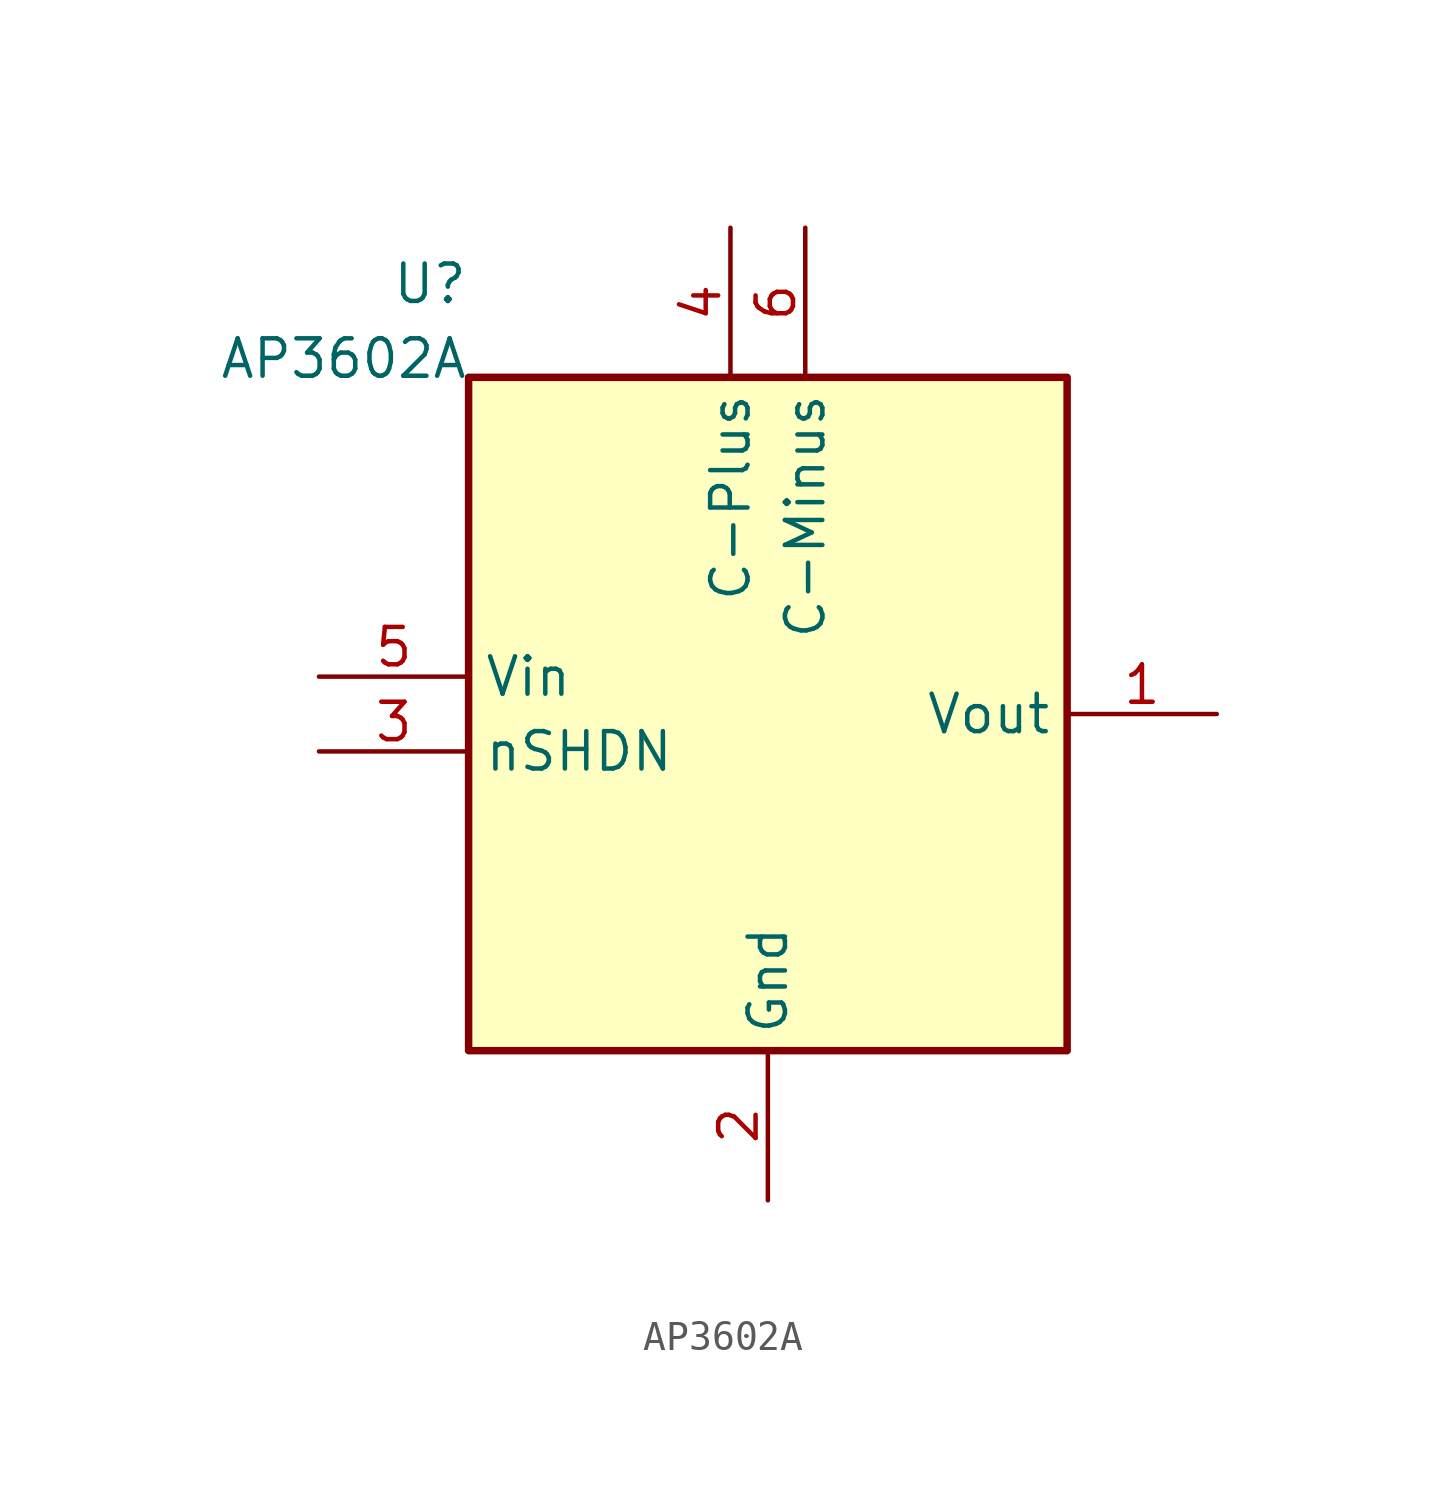
<source format=kicad_sym>
(kicad_symbol_lib
  (version 20241209)
  (generator "kicad_symbol_editor")
  (generator_version "8.0")
  (symbol "AP3602A"
    (property "Reference" "U"
      (at -10.16 14.605 0)
      (effects (font (size 1.27 1.27)) (justify right) (hide no)))
    (property "Value" "AP3602A"
      (at -10.16 12.065 0)
      (effects (font (size 1.27 1.27)) (justify right) (hide no)))
    (symbol "AP3602A_1_1"
      (rectangle (start -10.16 -11.43) (end 10.16 11.43) (stroke (width 0.254) (type solid)) (fill (type background)))
      (pin power_in line (at -15.24 1.27 0) (length 5.08) (name "Vin" (effects (font (size 1.27 1.27)))) (number "5" (effects (font (size 1.27 1.27)))))
      (pin input line (at -15.24 -1.27 0) (length 5.08) (name "nSHDN" (effects (font (size 1.27 1.27)))) (number "3" (effects (font (size 1.27 1.27)))))
      (pin power_out line (at 15.24 0.0 180) (length 5.08) (name "Vout" (effects (font (size 1.27 1.27)))) (number "1" (effects (font (size 1.27 1.27)))))
      (pin passive line (at -1.27 16.51 270) (length 5.08) (name "C-Plus" (effects (font (size 1.27 1.27)))) (number "4" (effects (font (size 1.27 1.27)))))
      (pin passive line (at 1.27 16.51 270) (length 5.08) (name "C-Minus" (effects (font (size 1.27 1.27)))) (number "6" (effects (font (size 1.27 1.27)))))
      (pin power_in line (at 0.0 -16.51 90) (length 5.08) (name "Gnd" (effects (font (size 1.27 1.27)))) (number "2" (effects (font (size 1.27 1.27))))))))
</source>
